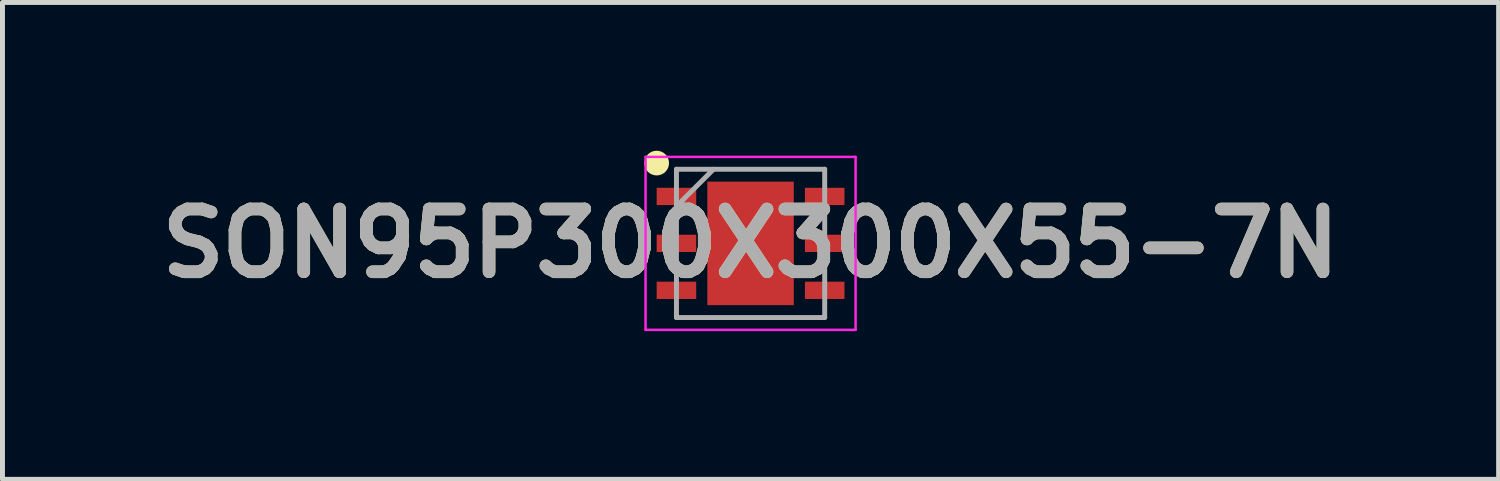
<source format=kicad_pcb>
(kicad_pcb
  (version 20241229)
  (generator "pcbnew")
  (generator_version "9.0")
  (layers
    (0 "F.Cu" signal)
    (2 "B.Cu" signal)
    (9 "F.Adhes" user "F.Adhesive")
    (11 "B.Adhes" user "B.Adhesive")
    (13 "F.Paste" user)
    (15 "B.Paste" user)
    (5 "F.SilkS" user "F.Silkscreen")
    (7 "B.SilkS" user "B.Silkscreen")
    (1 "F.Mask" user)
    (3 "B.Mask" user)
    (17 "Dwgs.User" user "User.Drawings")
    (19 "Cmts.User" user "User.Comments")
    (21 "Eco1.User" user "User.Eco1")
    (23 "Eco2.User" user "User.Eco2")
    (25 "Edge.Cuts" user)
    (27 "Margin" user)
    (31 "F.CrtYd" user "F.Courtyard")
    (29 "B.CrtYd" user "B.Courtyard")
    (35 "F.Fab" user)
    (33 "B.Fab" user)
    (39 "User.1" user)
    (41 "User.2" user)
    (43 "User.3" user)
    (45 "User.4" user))
  (footprint "SON95P300X300X55-7N"
    (layer "F.Cu")
    (at 12.138 1.875)
    (property "Reference" "SON95P300X300X55-7N" (at 0 0 0) (layer "F.SilkS") (effects (font (size 1.27 1.27) (thickness 0.254))))
    (attr smd)
    (fp_circle (center -1.9 -1.625) (end -1.9 -1.5) (stroke (width 0.25) (type solid)) (fill no) (layer "F.SilkS"))
    (fp_line (start -2.125 -1.75) (end 2.125 -1.75) (stroke (width 0.05) (type solid)) (layer "F.CrtYd"))
    (fp_line (start -2.125 1.75) (end -2.125 -1.75) (stroke (width 0.05) (type solid)) (layer "F.CrtYd"))
    (fp_line (start 2.125 -1.75) (end 2.125 1.75) (stroke (width 0.05) (type solid)) (layer "F.CrtYd"))
    (fp_line (start 2.125 1.75) (end -2.125 1.75) (stroke (width 0.05) (type solid)) (layer "F.CrtYd"))
    (fp_line (start -1.5 -1.5) (end 1.5 -1.5) (stroke (width 0.1) (type solid)) (layer "F.Fab"))
    (fp_line (start -1.5 -0.75) (end -0.75 -1.5) (stroke (width 0.1) (type solid)) (layer "F.Fab"))
    (fp_line (start -1.5 1.5) (end -1.5 -1.5) (stroke (width 0.1) (type solid)) (layer "F.Fab"))
    (fp_line (start 1.5 -1.5) (end 1.5 1.5) (stroke (width 0.1) (type solid)) (layer "F.Fab"))
    (fp_line (start 1.5 1.5) (end -1.5 1.5) (stroke (width 0.1) (type solid)) (layer "F.Fab"))
    (fp_text user "${REFERENCE}" (at 0 0 0) (layer "F.Fab") (effects (font (size 1.27 1.27) (thickness 0.254))))
    (pad "1" smd rect (at -1.5 -0.95 90) (size 0.35 0.8) (layers "F.Cu" "F.Mask" "F.Paste"))
    (pad "2" smd rect (at -1.5 0 90) (size 0.35 0.8) (layers "F.Cu" "F.Mask" "F.Paste"))
    (pad "3" smd rect (at -1.5 0.95 90) (size 0.35 0.8) (layers "F.Cu" "F.Mask" "F.Paste"))
    (pad "4" smd rect (at 1.5 0.95 90) (size 0.35 0.8) (layers "F.Cu" "F.Mask" "F.Paste"))
    (pad "5" smd rect (at 1.5 0 90) (size 0.35 0.8) (layers "F.Cu" "F.Mask" "F.Paste"))
    (pad "6" smd rect (at 1.5 -0.95 90) (size 0.35 0.8) (layers "F.Cu" "F.Mask" "F.Paste"))
    (pad "7" smd rect (at 0 0) (size 1.75 2.5) (layers "F.Cu" "F.Mask" "F.Paste")))
  (gr_rect
    (start -3 -3)
    (end 27.275 6.65)
    (stroke (width 0.1) (type default))
    (fill no)
    (layer "Edge.Cuts")))
</source>
